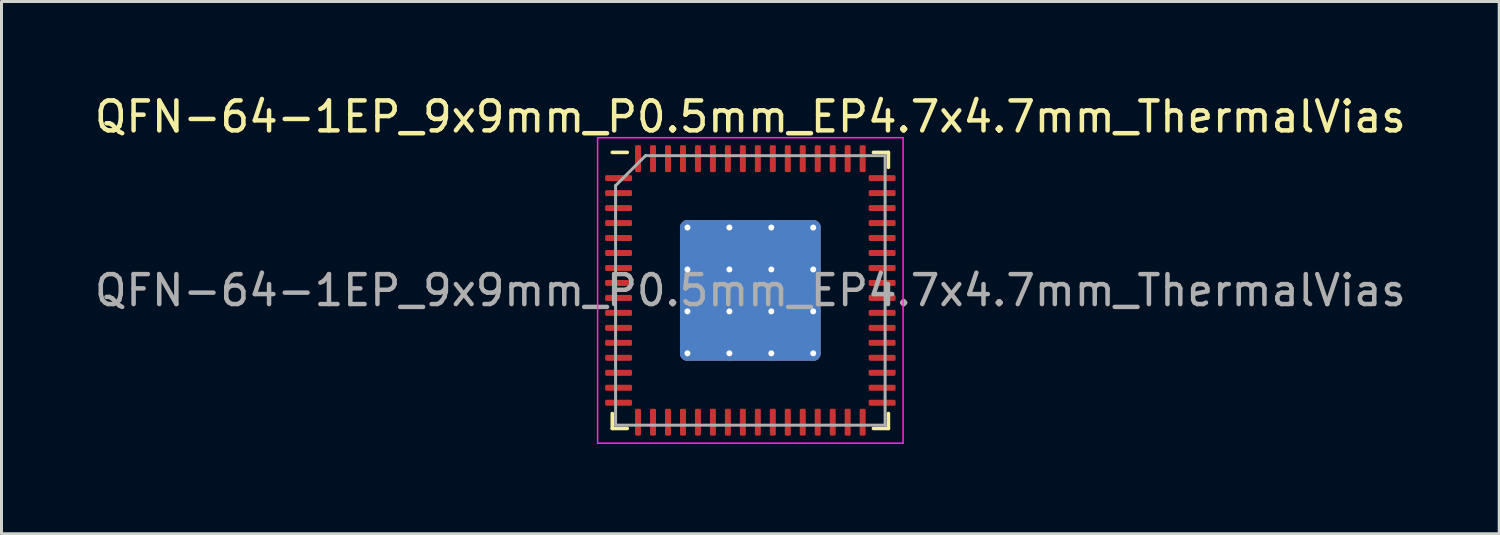
<source format=kicad_pcb>
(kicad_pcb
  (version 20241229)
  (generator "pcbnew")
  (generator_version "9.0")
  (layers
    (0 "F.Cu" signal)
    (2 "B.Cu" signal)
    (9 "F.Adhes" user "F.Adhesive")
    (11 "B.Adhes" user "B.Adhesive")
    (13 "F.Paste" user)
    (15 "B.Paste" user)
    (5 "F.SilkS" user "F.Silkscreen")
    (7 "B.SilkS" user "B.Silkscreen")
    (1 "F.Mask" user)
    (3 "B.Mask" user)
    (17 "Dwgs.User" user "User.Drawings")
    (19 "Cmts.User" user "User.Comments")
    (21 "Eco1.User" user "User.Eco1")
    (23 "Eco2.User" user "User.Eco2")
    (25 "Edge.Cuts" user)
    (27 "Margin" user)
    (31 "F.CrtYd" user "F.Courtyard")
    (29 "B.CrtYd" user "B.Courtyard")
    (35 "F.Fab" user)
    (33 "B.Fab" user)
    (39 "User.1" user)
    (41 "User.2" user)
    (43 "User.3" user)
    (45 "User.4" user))
  (footprint "QFN-64-1EP_9x9mm_P0.5mm_EP4.7x4.7mm_ThermalVias"
    (layer "F.Cu")
    (at 22.006 6.648)
    (property "Reference" "QFN-64-1EP_9x9mm_P0.5mm_EP4.7x4.7mm_ThermalVias" (at 0 -5.8 0) (layer "F.SilkS") (effects (font (size 1 1) (thickness 0.15))))
    (attr smd)
    (fp_line (start -4.61 4.61) (end -4.61 4.11) (stroke (width 0.12) (type solid)) (layer "F.SilkS"))
    (fp_line (start -4.11 -4.61) (end -4.61 -4.61) (stroke (width 0.12) (type solid)) (layer "F.SilkS"))
    (fp_line (start -4.11 4.61) (end -4.61 4.61) (stroke (width 0.12) (type solid)) (layer "F.SilkS"))
    (fp_line (start 4.11 -4.61) (end 4.61 -4.61) (stroke (width 0.12) (type solid)) (layer "F.SilkS"))
    (fp_line (start 4.11 4.61) (end 4.61 4.61) (stroke (width 0.12) (type solid)) (layer "F.SilkS"))
    (fp_line (start 4.61 -4.61) (end 4.61 -4.11) (stroke (width 0.12) (type solid)) (layer "F.SilkS"))
    (fp_line (start 4.61 4.61) (end 4.61 4.11) (stroke (width 0.12) (type solid)) (layer "F.SilkS"))
    (fp_line (start -5.1 -5.1) (end -5.1 5.1) (stroke (width 0.05) (type solid)) (layer "F.CrtYd"))
    (fp_line (start -5.1 5.1) (end 5.1 5.1) (stroke (width 0.05) (type solid)) (layer "F.CrtYd"))
    (fp_line (start 5.1 -5.1) (end -5.1 -5.1) (stroke (width 0.05) (type solid)) (layer "F.CrtYd"))
    (fp_line (start 5.1 5.1) (end 5.1 -5.1) (stroke (width 0.05) (type solid)) (layer "F.CrtYd"))
    (fp_line (start -4.5 -3.5) (end -3.5 -4.5) (stroke (width 0.1) (type solid)) (layer "F.Fab"))
    (fp_line (start -4.5 4.5) (end -4.5 -3.5) (stroke (width 0.1) (type solid)) (layer "F.Fab"))
    (fp_line (start -3.5 -4.5) (end 4.5 -4.5) (stroke (width 0.1) (type solid)) (layer "F.Fab"))
    (fp_line (start 4.5 -4.5) (end 4.5 4.5) (stroke (width 0.1) (type solid)) (layer "F.Fab"))
    (fp_line (start 4.5 4.5) (end -4.5 4.5) (stroke (width 0.1) (type solid)) (layer "F.Fab"))
    (fp_text user "${REFERENCE}" (at 0 0 0) (layer "F.Fab") (effects (font (size 1 1) (thickness 0.15))))
    (pad "" smd custom (at -1.4 -1.4) (size 1.16 1.16) (layers "F.Paste") (options (anchor circle)) (primitives (gr_poly (pts (xy -0.632 -0.486) (xy -0.486 -0.632) (xy 0.486 -0.632) (xy 0.632 -0.486) (xy 0.632 0.486) (xy 0.486 0.632) (xy -0.486 0.632) (xy -0.632 0.486)) (width 0) (fill yes))))
    (pad "" smd custom (at -1.4 0) (size 1.16 1.16) (layers "F.Paste") (options (anchor circle)) (primitives (gr_poly (pts (xy -0.632 -0.486) (xy -0.486 -0.632) (xy 0.486 -0.632) (xy 0.632 -0.486) (xy 0.632 0.486) (xy 0.486 0.632) (xy -0.486 0.632) (xy -0.632 0.486)) (width 0) (fill yes))))
    (pad "" smd custom (at -1.4 1.4) (size 1.16 1.16) (layers "F.Paste") (options (anchor circle)) (primitives (gr_poly (pts (xy -0.632 -0.486) (xy -0.486 -0.632) (xy 0.486 -0.632) (xy 0.632 -0.486) (xy 0.632 0.486) (xy 0.486 0.632) (xy -0.486 0.632) (xy -0.632 0.486)) (width 0) (fill yes))))
    (pad "" smd custom (at 0 -1.4) (size 1.16 1.16) (layers "F.Paste") (options (anchor circle)) (primitives (gr_poly (pts (xy -0.632 -0.486) (xy -0.486 -0.632) (xy 0.486 -0.632) (xy 0.632 -0.486) (xy 0.632 0.486) (xy 0.486 0.632) (xy -0.486 0.632) (xy -0.632 0.486)) (width 0) (fill yes))))
    (pad "" smd custom (at 0 0) (size 1.16 1.16) (layers "F.Paste") (options (anchor circle)) (primitives (gr_poly (pts (xy -0.632 -0.486) (xy -0.486 -0.632) (xy 0.486 -0.632) (xy 0.632 -0.486) (xy 0.632 0.486) (xy 0.486 0.632) (xy -0.486 0.632) (xy -0.632 0.486)) (width 0) (fill yes))))
    (pad "" smd custom (at 0 1.4) (size 1.16 1.16) (layers "F.Paste") (options (anchor circle)) (primitives (gr_poly (pts (xy -0.632 -0.486) (xy -0.486 -0.632) (xy 0.486 -0.632) (xy 0.632 -0.486) (xy 0.632 0.486) (xy 0.486 0.632) (xy -0.486 0.632) (xy -0.632 0.486)) (width 0) (fill yes))))
    (pad "" smd custom (at 1.4 -1.4) (size 1.16 1.16) (layers "F.Paste") (options (anchor circle)) (primitives (gr_poly (pts (xy -0.632 -0.486) (xy -0.486 -0.632) (xy 0.486 -0.632) (xy 0.632 -0.486) (xy 0.632 0.486) (xy 0.486 0.632) (xy -0.486 0.632) (xy -0.632 0.486)) (width 0) (fill yes))))
    (pad "" smd custom (at 1.4 0) (size 1.16 1.16) (layers "F.Paste") (options (anchor circle)) (primitives (gr_poly (pts (xy -0.632 -0.486) (xy -0.486 -0.632) (xy 0.486 -0.632) (xy 0.632 -0.486) (xy 0.632 0.486) (xy 0.486 0.632) (xy -0.486 0.632) (xy -0.632 0.486)) (width 0) (fill yes))))
    (pad "" smd custom (at 1.4 1.4) (size 1.16 1.16) (layers "F.Paste") (options (anchor circle)) (primitives (gr_poly (pts (xy -0.632 -0.486) (xy -0.486 -0.632) (xy 0.486 -0.632) (xy 0.632 -0.486) (xy 0.632 0.486) (xy 0.486 0.632) (xy -0.486 0.632) (xy -0.632 0.486)) (width 0) (fill yes))))
    (pad "1" smd roundrect (at -4.4 -3.75) (size 0.9 0.2) (layers "F.Cu" "F.Mask" "F.Paste") (roundrect_rratio 0.25))
    (pad "2" smd roundrect (at -4.4 -3.25) (size 0.9 0.2) (layers "F.Cu" "F.Mask" "F.Paste") (roundrect_rratio 0.25))
    (pad "3" smd roundrect (at -4.4 -2.75) (size 0.9 0.2) (layers "F.Cu" "F.Mask" "F.Paste") (roundrect_rratio 0.25))
    (pad "4" smd roundrect (at -4.4 -2.25) (size 0.9 0.2) (layers "F.Cu" "F.Mask" "F.Paste") (roundrect_rratio 0.25))
    (pad "5" smd roundrect (at -4.4 -1.75) (size 0.9 0.2) (layers "F.Cu" "F.Mask" "F.Paste") (roundrect_rratio 0.25))
    (pad "6" smd roundrect (at -4.4 -1.25) (size 0.9 0.2) (layers "F.Cu" "F.Mask" "F.Paste") (roundrect_rratio 0.25))
    (pad "7" smd roundrect (at -4.4 -0.75) (size 0.9 0.2) (layers "F.Cu" "F.Mask" "F.Paste") (roundrect_rratio 0.25))
    (pad "8" smd roundrect (at -4.4 -0.25) (size 0.9 0.2) (layers "F.Cu" "F.Mask" "F.Paste") (roundrect_rratio 0.25))
    (pad "9" smd roundrect (at -4.4 0.25) (size 0.9 0.2) (layers "F.Cu" "F.Mask" "F.Paste") (roundrect_rratio 0.25))
    (pad "10" smd roundrect (at -4.4 0.75) (size 0.9 0.2) (layers "F.Cu" "F.Mask" "F.Paste") (roundrect_rratio 0.25))
    (pad "11" smd roundrect (at -4.4 1.25) (size 0.9 0.2) (layers "F.Cu" "F.Mask" "F.Paste") (roundrect_rratio 0.25))
    (pad "12" smd roundrect (at -4.4 1.75) (size 0.9 0.2) (layers "F.Cu" "F.Mask" "F.Paste") (roundrect_rratio 0.25))
    (pad "13" smd roundrect (at -4.4 2.25) (size 0.9 0.2) (layers "F.Cu" "F.Mask" "F.Paste") (roundrect_rratio 0.25))
    (pad "14" smd roundrect (at -4.4 2.75) (size 0.9 0.2) (layers "F.Cu" "F.Mask" "F.Paste") (roundrect_rratio 0.25))
    (pad "15" smd roundrect (at -4.4 3.25) (size 0.9 0.2) (layers "F.Cu" "F.Mask" "F.Paste") (roundrect_rratio 0.25))
    (pad "16" smd roundrect (at -4.4 3.75) (size 0.9 0.2) (layers "F.Cu" "F.Mask" "F.Paste") (roundrect_rratio 0.25))
    (pad "17" smd roundrect (at -3.75 4.4) (size 0.2 0.9) (layers "F.Cu" "F.Mask" "F.Paste") (roundrect_rratio 0.25))
    (pad "18" smd roundrect (at -3.25 4.4) (size 0.2 0.9) (layers "F.Cu" "F.Mask" "F.Paste") (roundrect_rratio 0.25))
    (pad "19" smd roundrect (at -2.75 4.4) (size 0.2 0.9) (layers "F.Cu" "F.Mask" "F.Paste") (roundrect_rratio 0.25))
    (pad "20" smd roundrect (at -2.25 4.4) (size 0.2 0.9) (layers "F.Cu" "F.Mask" "F.Paste") (roundrect_rratio 0.25))
    (pad "21" smd roundrect (at -1.75 4.4) (size 0.2 0.9) (layers "F.Cu" "F.Mask" "F.Paste") (roundrect_rratio 0.25))
    (pad "22" smd roundrect (at -1.25 4.4) (size 0.2 0.9) (layers "F.Cu" "F.Mask" "F.Paste") (roundrect_rratio 0.25))
    (pad "23" smd roundrect (at -0.75 4.4) (size 0.2 0.9) (layers "F.Cu" "F.Mask" "F.Paste") (roundrect_rratio 0.25))
    (pad "24" smd roundrect (at -0.25 4.4) (size 0.2 0.9) (layers "F.Cu" "F.Mask" "F.Paste") (roundrect_rratio 0.25))
    (pad "25" smd roundrect (at 0.25 4.4) (size 0.2 0.9) (layers "F.Cu" "F.Mask" "F.Paste") (roundrect_rratio 0.25))
    (pad "26" smd roundrect (at 0.75 4.4) (size 0.2 0.9) (layers "F.Cu" "F.Mask" "F.Paste") (roundrect_rratio 0.25))
    (pad "27" smd roundrect (at 1.25 4.4) (size 0.2 0.9) (layers "F.Cu" "F.Mask" "F.Paste") (roundrect_rratio 0.25))
    (pad "28" smd roundrect (at 1.75 4.4) (size 0.2 0.9) (layers "F.Cu" "F.Mask" "F.Paste") (roundrect_rratio 0.25))
    (pad "29" smd roundrect (at 2.25 4.4) (size 0.2 0.9) (layers "F.Cu" "F.Mask" "F.Paste") (roundrect_rratio 0.25))
    (pad "30" smd roundrect (at 2.75 4.4) (size 0.2 0.9) (layers "F.Cu" "F.Mask" "F.Paste") (roundrect_rratio 0.25))
    (pad "31" smd roundrect (at 3.25 4.4) (size 0.2 0.9) (layers "F.Cu" "F.Mask" "F.Paste") (roundrect_rratio 0.25))
    (pad "32" smd roundrect (at 3.75 4.4) (size 0.2 0.9) (layers "F.Cu" "F.Mask" "F.Paste") (roundrect_rratio 0.25))
    (pad "33" smd roundrect (at 4.4 3.75) (size 0.9 0.2) (layers "F.Cu" "F.Mask" "F.Paste") (roundrect_rratio 0.25))
    (pad "34" smd roundrect (at 4.4 3.25) (size 0.9 0.2) (layers "F.Cu" "F.Mask" "F.Paste") (roundrect_rratio 0.25))
    (pad "35" smd roundrect (at 4.4 2.75) (size 0.9 0.2) (layers "F.Cu" "F.Mask" "F.Paste") (roundrect_rratio 0.25))
    (pad "36" smd roundrect (at 4.4 2.25) (size 0.9 0.2) (layers "F.Cu" "F.Mask" "F.Paste") (roundrect_rratio 0.25))
    (pad "37" smd roundrect (at 4.4 1.75) (size 0.9 0.2) (layers "F.Cu" "F.Mask" "F.Paste") (roundrect_rratio 0.25))
    (pad "38" smd roundrect (at 4.4 1.25) (size 0.9 0.2) (layers "F.Cu" "F.Mask" "F.Paste") (roundrect_rratio 0.25))
    (pad "39" smd roundrect (at 4.4 0.75) (size 0.9 0.2) (layers "F.Cu" "F.Mask" "F.Paste") (roundrect_rratio 0.25))
    (pad "40" smd roundrect (at 4.4 0.25) (size 0.9 0.2) (layers "F.Cu" "F.Mask" "F.Paste") (roundrect_rratio 0.25))
    (pad "41" smd roundrect (at 4.4 -0.25) (size 0.9 0.2) (layers "F.Cu" "F.Mask" "F.Paste") (roundrect_rratio 0.25))
    (pad "42" smd roundrect (at 4.4 -0.75) (size 0.9 0.2) (layers "F.Cu" "F.Mask" "F.Paste") (roundrect_rratio 0.25))
    (pad "43" smd roundrect (at 4.4 -1.25) (size 0.9 0.2) (layers "F.Cu" "F.Mask" "F.Paste") (roundrect_rratio 0.25))
    (pad "44" smd roundrect (at 4.4 -1.75) (size 0.9 0.2) (layers "F.Cu" "F.Mask" "F.Paste") (roundrect_rratio 0.25))
    (pad "45" smd roundrect (at 4.4 -2.25) (size 0.9 0.2) (layers "F.Cu" "F.Mask" "F.Paste") (roundrect_rratio 0.25))
    (pad "46" smd roundrect (at 4.4 -2.75) (size 0.9 0.2) (layers "F.Cu" "F.Mask" "F.Paste") (roundrect_rratio 0.25))
    (pad "47" smd roundrect (at 4.4 -3.25) (size 0.9 0.2) (layers "F.Cu" "F.Mask" "F.Paste") (roundrect_rratio 0.25))
    (pad "48" smd roundrect (at 4.4 -3.75) (size 0.9 0.2) (layers "F.Cu" "F.Mask" "F.Paste") (roundrect_rratio 0.25))
    (pad "49" smd roundrect (at 3.75 -4.4) (size 0.2 0.9) (layers "F.Cu" "F.Mask" "F.Paste") (roundrect_rratio 0.25))
    (pad "50" smd roundrect (at 3.25 -4.4) (size 0.2 0.9) (layers "F.Cu" "F.Mask" "F.Paste") (roundrect_rratio 0.25))
    (pad "51" smd roundrect (at 2.75 -4.4) (size 0.2 0.9) (layers "F.Cu" "F.Mask" "F.Paste") (roundrect_rratio 0.25))
    (pad "52" smd roundrect (at 2.25 -4.4) (size 0.2 0.9) (layers "F.Cu" "F.Mask" "F.Paste") (roundrect_rratio 0.25))
    (pad "53" smd roundrect (at 1.75 -4.4) (size 0.2 0.9) (layers "F.Cu" "F.Mask" "F.Paste") (roundrect_rratio 0.25))
    (pad "54" smd roundrect (at 1.25 -4.4) (size 0.2 0.9) (layers "F.Cu" "F.Mask" "F.Paste") (roundrect_rratio 0.25))
    (pad "55" smd roundrect (at 0.75 -4.4) (size 0.2 0.9) (layers "F.Cu" "F.Mask" "F.Paste") (roundrect_rratio 0.25))
    (pad "56" smd roundrect (at 0.25 -4.4) (size 0.2 0.9) (layers "F.Cu" "F.Mask" "F.Paste") (roundrect_rratio 0.25))
    (pad "57" smd roundrect (at -0.25 -4.4) (size 0.2 0.9) (layers "F.Cu" "F.Mask" "F.Paste") (roundrect_rratio 0.25))
    (pad "58" smd roundrect (at -0.75 -4.4) (size 0.2 0.9) (layers "F.Cu" "F.Mask" "F.Paste") (roundrect_rratio 0.25))
    (pad "59" smd roundrect (at -1.25 -4.4) (size 0.2 0.9) (layers "F.Cu" "F.Mask" "F.Paste") (roundrect_rratio 0.25))
    (pad "60" smd roundrect (at -1.75 -4.4) (size 0.2 0.9) (layers "F.Cu" "F.Mask" "F.Paste") (roundrect_rratio 0.25))
    (pad "61" smd roundrect (at -2.25 -4.4) (size 0.2 0.9) (layers "F.Cu" "F.Mask" "F.Paste") (roundrect_rratio 0.25))
    (pad "62" smd roundrect (at -2.75 -4.4) (size 0.2 0.9) (layers "F.Cu" "F.Mask" "F.Paste") (roundrect_rratio 0.25))
    (pad "63" smd roundrect (at -3.25 -4.4) (size 0.2 0.9) (layers "F.Cu" "F.Mask" "F.Paste") (roundrect_rratio 0.25))
    (pad "64" smd roundrect (at -3.75 -4.4) (size 0.2 0.9) (layers "F.Cu" "F.Mask" "F.Paste") (roundrect_rratio 0.25))
    (pad "65" thru_hole circle (at -2.1 -2.1) (size 0.5 0.5) (drill 0.2) (layers "*.Cu"))
    (pad "65" thru_hole circle (at -2.1 -0.7) (size 0.5 0.5) (drill 0.2) (layers "*.Cu"))
    (pad "65" thru_hole circle (at -2.1 0.7) (size 0.5 0.5) (drill 0.2) (layers "*.Cu"))
    (pad "65" thru_hole circle (at -2.1 2.1) (size 0.5 0.5) (drill 0.2) (layers "*.Cu"))
    (pad "65" thru_hole circle (at -0.7 -2.1) (size 0.5 0.5) (drill 0.2) (layers "*.Cu"))
    (pad "65" thru_hole circle (at -0.7 -0.7) (size 0.5 0.5) (drill 0.2) (layers "*.Cu"))
    (pad "65" thru_hole circle (at -0.7 0.7) (size 0.5 0.5) (drill 0.2) (layers "*.Cu"))
    (pad "65" thru_hole circle (at -0.7 2.1) (size 0.5 0.5) (drill 0.2) (layers "*.Cu"))
    (pad "65" smd roundrect (at 0 0) (size 4.7 4.7) (layers "F.Cu" "F.Mask") (roundrect_rratio 0.053))
    (pad "65" smd roundrect (at 0 0) (size 4.7 4.7) (layers "B.Cu") (roundrect_rratio 0.053))
    (pad "65" thru_hole circle (at 0.7 -2.1) (size 0.5 0.5) (drill 0.2) (layers "*.Cu"))
    (pad "65" thru_hole circle (at 0.7 -0.7) (size 0.5 0.5) (drill 0.2) (layers "*.Cu"))
    (pad "65" thru_hole circle (at 0.7 0.7) (size 0.5 0.5) (drill 0.2) (layers "*.Cu"))
    (pad "65" thru_hole circle (at 0.7 2.1) (size 0.5 0.5) (drill 0.2) (layers "*.Cu"))
    (pad "65" thru_hole circle (at 2.1 -2.1) (size 0.5 0.5) (drill 0.2) (layers "*.Cu"))
    (pad "65" thru_hole circle (at 2.1 -0.7) (size 0.5 0.5) (drill 0.2) (layers "*.Cu"))
    (pad "65" thru_hole circle (at 2.1 0.7) (size 0.5 0.5) (drill 0.2) (layers "*.Cu"))
    (pad "65" thru_hole circle (at 2.1 2.1) (size 0.5 0.5) (drill 0.2) (layers "*.Cu")))
  (gr_rect
    (start -3 -3)
    (end 47.012 14.773)
    (stroke (width 0.1) (type default))
    (fill no)
    (layer "Edge.Cuts")))
</source>
